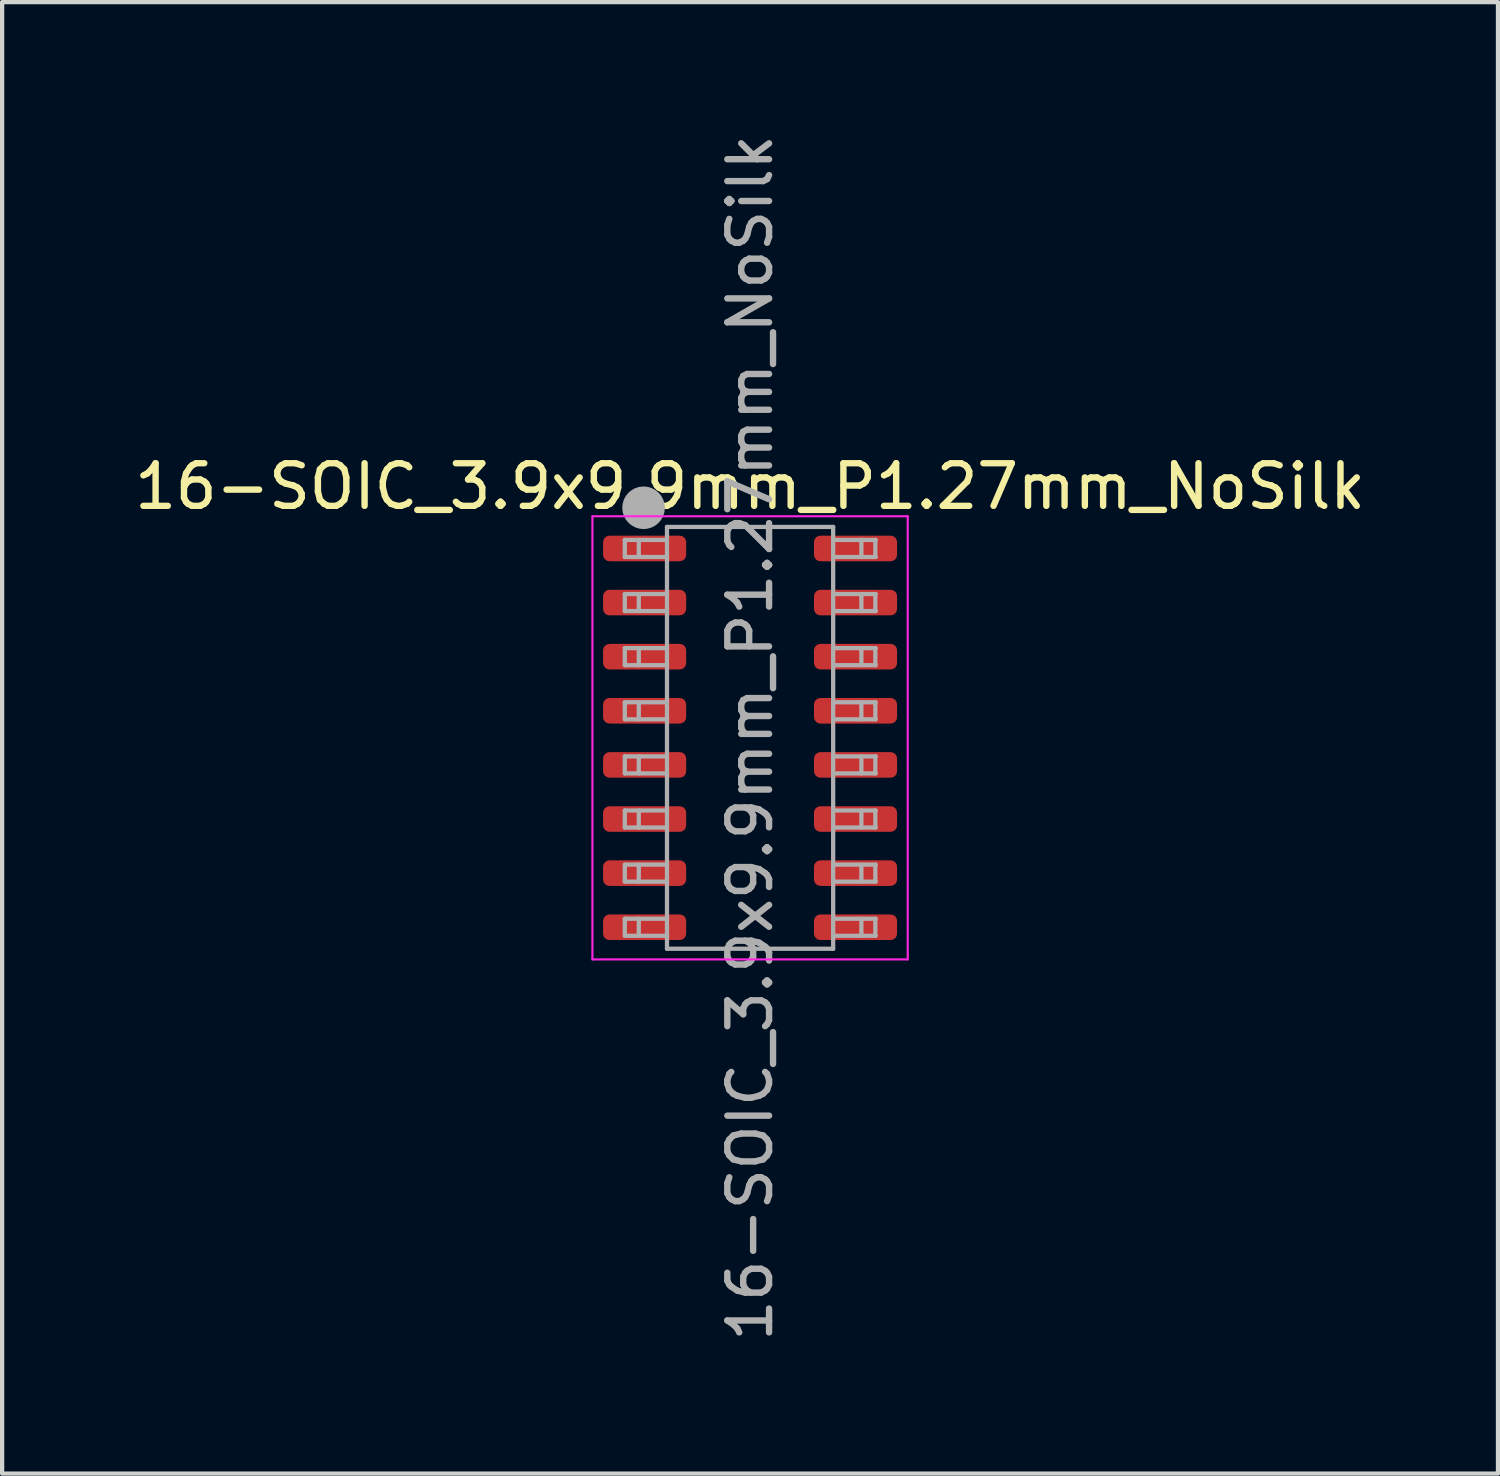
<source format=kicad_pcb>
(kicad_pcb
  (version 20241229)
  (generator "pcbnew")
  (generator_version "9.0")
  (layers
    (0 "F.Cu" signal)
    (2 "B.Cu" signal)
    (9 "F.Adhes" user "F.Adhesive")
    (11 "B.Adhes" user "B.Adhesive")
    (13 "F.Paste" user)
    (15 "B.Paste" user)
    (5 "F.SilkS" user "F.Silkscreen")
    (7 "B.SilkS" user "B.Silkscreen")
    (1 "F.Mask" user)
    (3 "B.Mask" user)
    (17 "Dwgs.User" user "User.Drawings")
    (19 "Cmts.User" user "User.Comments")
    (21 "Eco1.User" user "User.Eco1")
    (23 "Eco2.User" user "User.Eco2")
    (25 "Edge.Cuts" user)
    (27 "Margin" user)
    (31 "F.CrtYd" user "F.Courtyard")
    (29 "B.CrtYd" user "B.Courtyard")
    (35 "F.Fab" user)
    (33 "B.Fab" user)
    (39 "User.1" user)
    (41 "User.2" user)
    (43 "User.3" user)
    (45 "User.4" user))
  (footprint "16-SOIC_3.9x9.9mm_P1.27mm_NoSilk"
    (layer "F.Cu")
    (at 14.554 14.267)
    (property "Reference" "16-SOIC_3.9x9.9mm_P1.27mm_NoSilk" (at 0 -5.9 0) (layer "F.SilkS") (effects (font (size 1 1) (thickness 0.15))))
    (attr smd)
    (fp_line (start -3.7 -5.2) (end -3.7 5.2) (stroke (width 0.05) (type solid)) (layer "F.CrtYd"))
    (fp_line (start -3.7 5.2) (end 3.7 5.2) (stroke (width 0.05) (type solid)) (layer "F.CrtYd"))
    (fp_line (start 3.7 -5.2) (end -3.7 -5.2) (stroke (width 0.05) (type solid)) (layer "F.CrtYd"))
    (fp_line (start 3.7 5.2) (end 3.7 -5.2) (stroke (width 0.05) (type solid)) (layer "F.CrtYd"))
    (fp_line (start -2.94 -4.645) (end -1.95 -4.645) (stroke (width 0.1) (type solid)) (layer "F.Fab"))
    (fp_line (start -2.94 -4.245) (end -2.94 -4.645) (stroke (width 0.1) (type solid)) (layer "F.Fab"))
    (fp_line (start -2.94 -4.245) (end -1.95 -4.245) (stroke (width 0.1) (type solid)) (layer "F.Fab"))
    (fp_line (start -2.94 -3.375) (end -1.95 -3.375) (stroke (width 0.1) (type solid)) (layer "F.Fab"))
    (fp_line (start -2.94 -2.975) (end -2.94 -3.375) (stroke (width 0.1) (type solid)) (layer "F.Fab"))
    (fp_line (start -2.94 -2.975) (end -1.95 -2.975) (stroke (width 0.1) (type solid)) (layer "F.Fab"))
    (fp_line (start -2.94 -2.105) (end -1.95 -2.105) (stroke (width 0.1) (type solid)) (layer "F.Fab"))
    (fp_line (start -2.94 -1.705) (end -2.94 -2.105) (stroke (width 0.1) (type solid)) (layer "F.Fab"))
    (fp_line (start -2.94 -1.705) (end -1.95 -1.705) (stroke (width 0.1) (type solid)) (layer "F.Fab"))
    (fp_line (start -2.94 -0.835) (end -1.95 -0.835) (stroke (width 0.1) (type solid)) (layer "F.Fab"))
    (fp_line (start -2.94 -0.435) (end -2.94 -0.835) (stroke (width 0.1) (type solid)) (layer "F.Fab"))
    (fp_line (start -2.94 -0.435) (end -1.95 -0.435) (stroke (width 0.1) (type solid)) (layer "F.Fab"))
    (fp_line (start -2.94 0.435) (end -1.95 0.435) (stroke (width 0.1) (type solid)) (layer "F.Fab"))
    (fp_line (start -2.94 0.835) (end -2.94 0.435) (stroke (width 0.1) (type solid)) (layer "F.Fab"))
    (fp_line (start -2.94 0.835) (end -1.95 0.835) (stroke (width 0.1) (type solid)) (layer "F.Fab"))
    (fp_line (start -2.94 1.705) (end -1.95 1.705) (stroke (width 0.1) (type solid)) (layer "F.Fab"))
    (fp_line (start -2.94 2.105) (end -2.94 1.705) (stroke (width 0.1) (type solid)) (layer "F.Fab"))
    (fp_line (start -2.94 2.105) (end -1.95 2.105) (stroke (width 0.1) (type solid)) (layer "F.Fab"))
    (fp_line (start -2.94 2.975) (end -1.95 2.975) (stroke (width 0.1) (type solid)) (layer "F.Fab"))
    (fp_line (start -2.94 3.375) (end -2.94 2.975) (stroke (width 0.1) (type solid)) (layer "F.Fab"))
    (fp_line (start -2.94 3.375) (end -1.95 3.375) (stroke (width 0.1) (type solid)) (layer "F.Fab"))
    (fp_line (start -2.94 4.245) (end -1.95 4.245) (stroke (width 0.1) (type solid)) (layer "F.Fab"))
    (fp_line (start -2.94 4.645) (end -2.94 4.245) (stroke (width 0.1) (type solid)) (layer "F.Fab"))
    (fp_line (start -2.94 4.645) (end -1.95 4.645) (stroke (width 0.1) (type solid)) (layer "F.Fab"))
    (fp_line (start -2.612 -4.245) (end -2.612 -4.645) (stroke (width 0.1) (type solid)) (layer "F.Fab"))
    (fp_line (start -2.612 -2.975) (end -2.612 -3.375) (stroke (width 0.1) (type solid)) (layer "F.Fab"))
    (fp_line (start -2.612 -1.705) (end -2.612 -2.105) (stroke (width 0.1) (type solid)) (layer "F.Fab"))
    (fp_line (start -2.612 -0.435) (end -2.612 -0.835) (stroke (width 0.1) (type solid)) (layer "F.Fab"))
    (fp_line (start -2.612 0.835) (end -2.612 0.435) (stroke (width 0.1) (type solid)) (layer "F.Fab"))
    (fp_line (start -2.612 2.105) (end -2.612 1.705) (stroke (width 0.1) (type solid)) (layer "F.Fab"))
    (fp_line (start -2.612 3.375) (end -2.612 2.975) (stroke (width 0.1) (type solid)) (layer "F.Fab"))
    (fp_line (start -2.612 4.645) (end -2.612 4.245) (stroke (width 0.1) (type solid)) (layer "F.Fab"))
    (fp_line (start -1.95 -4.95) (end -1.95 4.95) (stroke (width 0.1) (type solid)) (layer "F.Fab"))
    (fp_line (start -1.95 4.95) (end 1.95 4.95) (stroke (width 0.1) (type solid)) (layer "F.Fab"))
    (fp_line (start 1.95 -4.95) (end -1.95 -4.95) (stroke (width 0.1) (type solid)) (layer "F.Fab"))
    (fp_line (start 1.95 4.95) (end 1.95 -4.95) (stroke (width 0.1) (type solid)) (layer "F.Fab"))
    (fp_line (start 1.96 -4.645) (end 2.95 -4.645) (stroke (width 0.1) (type solid)) (layer "F.Fab"))
    (fp_line (start 1.96 -4.245) (end 2.95 -4.245) (stroke (width 0.1) (type solid)) (layer "F.Fab"))
    (fp_line (start 1.96 -3.375) (end 2.95 -3.375) (stroke (width 0.1) (type solid)) (layer "F.Fab"))
    (fp_line (start 1.96 -2.975) (end 2.95 -2.975) (stroke (width 0.1) (type solid)) (layer "F.Fab"))
    (fp_line (start 1.96 -2.105) (end 2.95 -2.105) (stroke (width 0.1) (type solid)) (layer "F.Fab"))
    (fp_line (start 1.96 -1.705) (end 2.95 -1.705) (stroke (width 0.1) (type solid)) (layer "F.Fab"))
    (fp_line (start 1.96 -0.835) (end 2.95 -0.835) (stroke (width 0.1) (type solid)) (layer "F.Fab"))
    (fp_line (start 1.96 -0.435) (end 2.95 -0.435) (stroke (width 0.1) (type solid)) (layer "F.Fab"))
    (fp_line (start 1.96 0.435) (end 2.95 0.435) (stroke (width 0.1) (type solid)) (layer "F.Fab"))
    (fp_line (start 1.96 0.835) (end 2.95 0.835) (stroke (width 0.1) (type solid)) (layer "F.Fab"))
    (fp_line (start 1.96 1.705) (end 2.95 1.705) (stroke (width 0.1) (type solid)) (layer "F.Fab"))
    (fp_line (start 1.96 2.105) (end 2.95 2.105) (stroke (width 0.1) (type solid)) (layer "F.Fab"))
    (fp_line (start 1.96 2.975) (end 2.95 2.975) (stroke (width 0.1) (type solid)) (layer "F.Fab"))
    (fp_line (start 1.96 3.375) (end 2.95 3.375) (stroke (width 0.1) (type solid)) (layer "F.Fab"))
    (fp_line (start 1.96 4.245) (end 2.95 4.245) (stroke (width 0.1) (type solid)) (layer "F.Fab"))
    (fp_line (start 1.96 4.645) (end 2.95 4.645) (stroke (width 0.1) (type solid)) (layer "F.Fab"))
    (fp_line (start 2.612 -4.245) (end 2.612 -4.645) (stroke (width 0.1) (type solid)) (layer "F.Fab"))
    (fp_line (start 2.612 -2.975) (end 2.612 -3.375) (stroke (width 0.1) (type solid)) (layer "F.Fab"))
    (fp_line (start 2.612 -1.705) (end 2.612 -2.105) (stroke (width 0.1) (type solid)) (layer "F.Fab"))
    (fp_line (start 2.612 -0.435) (end 2.612 -0.835) (stroke (width 0.1) (type solid)) (layer "F.Fab"))
    (fp_line (start 2.612 0.835) (end 2.612 0.435) (stroke (width 0.1) (type solid)) (layer "F.Fab"))
    (fp_line (start 2.612 2.105) (end 2.612 1.705) (stroke (width 0.1) (type solid)) (layer "F.Fab"))
    (fp_line (start 2.612 3.375) (end 2.612 2.975) (stroke (width 0.1) (type solid)) (layer "F.Fab"))
    (fp_line (start 2.612 4.645) (end 2.612 4.245) (stroke (width 0.1) (type solid)) (layer "F.Fab"))
    (fp_line (start 2.94 -4.245) (end 2.94 -4.645) (stroke (width 0.1) (type solid)) (layer "F.Fab"))
    (fp_line (start 2.94 -2.975) (end 2.94 -3.375) (stroke (width 0.1) (type solid)) (layer "F.Fab"))
    (fp_line (start 2.94 -1.705) (end 2.94 -2.105) (stroke (width 0.1) (type solid)) (layer "F.Fab"))
    (fp_line (start 2.94 -0.435) (end 2.94 -0.835) (stroke (width 0.1) (type solid)) (layer "F.Fab"))
    (fp_line (start 2.94 0.835) (end 2.94 0.435) (stroke (width 0.1) (type solid)) (layer "F.Fab"))
    (fp_line (start 2.94 2.105) (end 2.94 1.705) (stroke (width 0.1) (type solid)) (layer "F.Fab"))
    (fp_line (start 2.94 3.375) (end 2.94 2.975) (stroke (width 0.1) (type solid)) (layer "F.Fab"))
    (fp_line (start 2.94 4.645) (end 2.94 4.245) (stroke (width 0.1) (type solid)) (layer "F.Fab"))
    (fp_circle (center -2.5 -5.4) (end -2.25 -5.4) (stroke (width 0.5) (type default)) (fill no) (layer "F.Fab"))
    (fp_text user "${REFERENCE}" (at 0 0 90) (layer "F.Fab") (effects (font (size 0.98 0.98) (thickness 0.15))))
    (pad "1" smd roundrect (at -2.475 -4.445) (size 1.95 0.6) (layers "F.Cu" "F.Mask" "F.Paste") (roundrect_rratio 0.25))
    (pad "2" smd roundrect (at -2.475 -3.175) (size 1.95 0.6) (layers "F.Cu" "F.Mask" "F.Paste") (roundrect_rratio 0.25))
    (pad "3" smd roundrect (at -2.475 -1.905) (size 1.95 0.6) (layers "F.Cu" "F.Mask" "F.Paste") (roundrect_rratio 0.25))
    (pad "4" smd roundrect (at -2.475 -0.635) (size 1.95 0.6) (layers "F.Cu" "F.Mask" "F.Paste") (roundrect_rratio 0.25))
    (pad "5" smd roundrect (at -2.475 0.635) (size 1.95 0.6) (layers "F.Cu" "F.Mask" "F.Paste") (roundrect_rratio 0.25))
    (pad "6" smd roundrect (at -2.475 1.905) (size 1.95 0.6) (layers "F.Cu" "F.Mask" "F.Paste") (roundrect_rratio 0.25))
    (pad "7" smd roundrect (at -2.475 3.175) (size 1.95 0.6) (layers "F.Cu" "F.Mask" "F.Paste") (roundrect_rratio 0.25))
    (pad "8" smd roundrect (at -2.475 4.445) (size 1.95 0.6) (layers "F.Cu" "F.Mask" "F.Paste") (roundrect_rratio 0.25))
    (pad "9" smd roundrect (at 2.475 4.445) (size 1.95 0.6) (layers "F.Cu" "F.Mask" "F.Paste") (roundrect_rratio 0.25))
    (pad "10" smd roundrect (at 2.475 3.175) (size 1.95 0.6) (layers "F.Cu" "F.Mask" "F.Paste") (roundrect_rratio 0.25))
    (pad "11" smd roundrect (at 2.475 1.905) (size 1.95 0.6) (layers "F.Cu" "F.Mask" "F.Paste") (roundrect_rratio 0.25))
    (pad "12" smd roundrect (at 2.475 0.635) (size 1.95 0.6) (layers "F.Cu" "F.Mask" "F.Paste") (roundrect_rratio 0.25))
    (pad "13" smd roundrect (at 2.475 -0.635) (size 1.95 0.6) (layers "F.Cu" "F.Mask" "F.Paste") (roundrect_rratio 0.25))
    (pad "14" smd roundrect (at 2.475 -1.905) (size 1.95 0.6) (layers "F.Cu" "F.Mask" "F.Paste") (roundrect_rratio 0.25))
    (pad "15" smd roundrect (at 2.475 -3.175) (size 1.95 0.6) (layers "F.Cu" "F.Mask" "F.Paste") (roundrect_rratio 0.25))
    (pad "16" smd roundrect (at 2.475 -4.445) (size 1.95 0.6) (layers "F.Cu" "F.Mask" "F.Paste") (roundrect_rratio 0.25)))
  (gr_rect
    (start -3 -3)
    (end 32.107 31.534)
    (stroke (width 0.1) (type default))
    (fill no)
    (layer "Edge.Cuts")))
</source>
